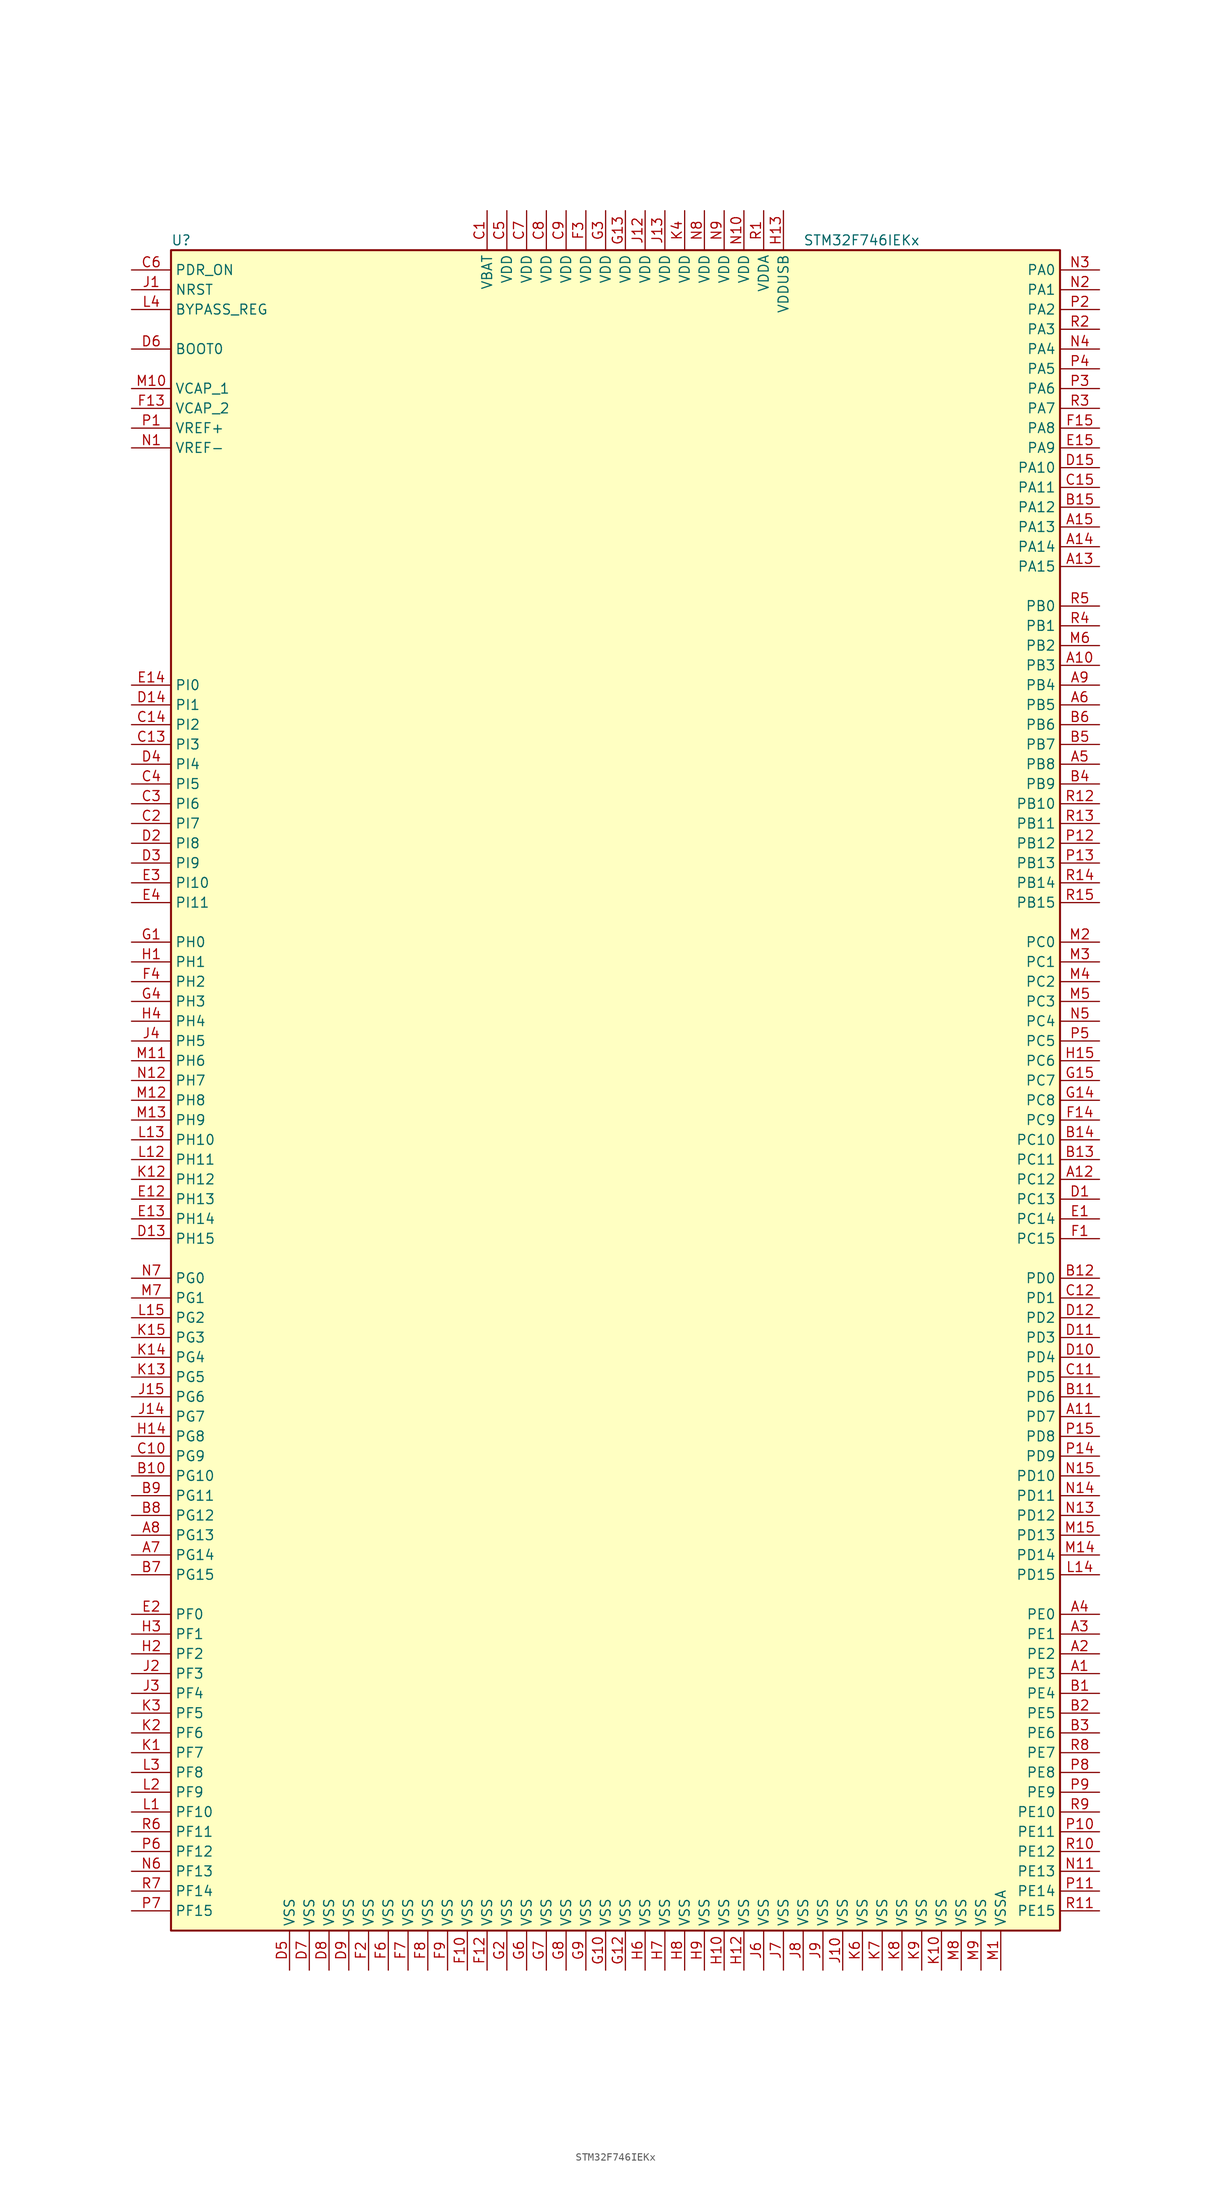
<source format=kicad_sym>
(kicad_symbol_lib
  (version 20201005)
  (generator kicad_symbol_editor)
  (symbol "STM32F746IEKx"
    (property "Reference" "U"
      (at -58.42 107.95 0)
      (effects (font (size 1.27 1.27)) (justify left)))
    (property "Value" "STM32F746IEKx"
      (at 22.86 107.95 0)
      (effects (font (size 1.27 1.27)) (justify left)))
    (symbol "STM32F746IEKx_0_1"
      (rectangle (start -58.42 -109.22) (end 55.88 106.68) (stroke (width 0.254)) (fill (type background))))
    (symbol "STM32F746IEKx_1_1"
      (pin input line (at -63.5 93.98 0) (length 5.08) (name "BOOT0" (effects (font (size 1.27 1.27)))) (number "D6" (effects (font (size 1.27 1.27)))))
      (pin input line (at -63.5 99.06 0) (length 5.08) (name "BYPASS_REG" (effects (font (size 1.27 1.27)))) (number "L4" (effects (font (size 1.27 1.27)))))
      (pin input line (at -63.5 101.6 0) (length 5.08) (name "NRST" (effects (font (size 1.27 1.27)))) (number "J1" (effects (font (size 1.27 1.27)))))
      (pin bidirectional line (at 60.96 104.14 180) (length 5.08) (name "PA0" (effects (font (size 1.27 1.27)))) (number "N3" (effects (font (size 1.27 1.27)))))
      (pin bidirectional line (at 60.96 101.6 180) (length 5.08) (name "PA1" (effects (font (size 1.27 1.27)))) (number "N2" (effects (font (size 1.27 1.27)))))
      (pin bidirectional line (at 60.96 78.74 180) (length 5.08) (name "PA10" (effects (font (size 1.27 1.27)))) (number "D15" (effects (font (size 1.27 1.27)))))
      (pin bidirectional line (at 60.96 76.2 180) (length 5.08) (name "PA11" (effects (font (size 1.27 1.27)))) (number "C15" (effects (font (size 1.27 1.27)))))
      (pin bidirectional line (at 60.96 73.66 180) (length 5.08) (name "PA12" (effects (font (size 1.27 1.27)))) (number "B15" (effects (font (size 1.27 1.27)))))
      (pin bidirectional line (at 60.96 71.12 180) (length 5.08) (name "PA13" (effects (font (size 1.27 1.27)))) (number "A15" (effects (font (size 1.27 1.27)))))
      (pin bidirectional line (at 60.96 68.58 180) (length 5.08) (name "PA14" (effects (font (size 1.27 1.27)))) (number "A14" (effects (font (size 1.27 1.27)))))
      (pin bidirectional line (at 60.96 66.04 180) (length 5.08) (name "PA15" (effects (font (size 1.27 1.27)))) (number "A13" (effects (font (size 1.27 1.27)))))
      (pin bidirectional line (at 60.96 99.06 180) (length 5.08) (name "PA2" (effects (font (size 1.27 1.27)))) (number "P2" (effects (font (size 1.27 1.27)))))
      (pin bidirectional line (at 60.96 96.52 180) (length 5.08) (name "PA3" (effects (font (size 1.27 1.27)))) (number "R2" (effects (font (size 1.27 1.27)))))
      (pin bidirectional line (at 60.96 93.98 180) (length 5.08) (name "PA4" (effects (font (size 1.27 1.27)))) (number "N4" (effects (font (size 1.27 1.27)))))
      (pin bidirectional line (at 60.96 91.44 180) (length 5.08) (name "PA5" (effects (font (size 1.27 1.27)))) (number "P4" (effects (font (size 1.27 1.27)))))
      (pin bidirectional line (at 60.96 88.9 180) (length 5.08) (name "PA6" (effects (font (size 1.27 1.27)))) (number "P3" (effects (font (size 1.27 1.27)))))
      (pin bidirectional line (at 60.96 86.36 180) (length 5.08) (name "PA7" (effects (font (size 1.27 1.27)))) (number "R3" (effects (font (size 1.27 1.27)))))
      (pin bidirectional line (at 60.96 83.82 180) (length 5.08) (name "PA8" (effects (font (size 1.27 1.27)))) (number "F15" (effects (font (size 1.27 1.27)))))
      (pin bidirectional line (at 60.96 81.28 180) (length 5.08) (name "PA9" (effects (font (size 1.27 1.27)))) (number "E15" (effects (font (size 1.27 1.27)))))
      (pin bidirectional line (at 60.96 60.96 180) (length 5.08) (name "PB0" (effects (font (size 1.27 1.27)))) (number "R5" (effects (font (size 1.27 1.27)))))
      (pin bidirectional line (at 60.96 58.42 180) (length 5.08) (name "PB1" (effects (font (size 1.27 1.27)))) (number "R4" (effects (font (size 1.27 1.27)))))
      (pin bidirectional line (at 60.96 35.56 180) (length 5.08) (name "PB10" (effects (font (size 1.27 1.27)))) (number "R12" (effects (font (size 1.27 1.27)))))
      (pin bidirectional line (at 60.96 33.02 180) (length 5.08) (name "PB11" (effects (font (size 1.27 1.27)))) (number "R13" (effects (font (size 1.27 1.27)))))
      (pin bidirectional line (at 60.96 30.48 180) (length 5.08) (name "PB12" (effects (font (size 1.27 1.27)))) (number "P12" (effects (font (size 1.27 1.27)))))
      (pin bidirectional line (at 60.96 27.94 180) (length 5.08) (name "PB13" (effects (font (size 1.27 1.27)))) (number "P13" (effects (font (size 1.27 1.27)))))
      (pin bidirectional line (at 60.96 25.4 180) (length 5.08) (name "PB14" (effects (font (size 1.27 1.27)))) (number "R14" (effects (font (size 1.27 1.27)))))
      (pin bidirectional line (at 60.96 22.86 180) (length 5.08) (name "PB15" (effects (font (size 1.27 1.27)))) (number "R15" (effects (font (size 1.27 1.27)))))
      (pin bidirectional line (at 60.96 55.88 180) (length 5.08) (name "PB2" (effects (font (size 1.27 1.27)))) (number "M6" (effects (font (size 1.27 1.27)))))
      (pin bidirectional line (at 60.96 53.34 180) (length 5.08) (name "PB3" (effects (font (size 1.27 1.27)))) (number "A10" (effects (font (size 1.27 1.27)))))
      (pin bidirectional line (at 60.96 50.8 180) (length 5.08) (name "PB4" (effects (font (size 1.27 1.27)))) (number "A9" (effects (font (size 1.27 1.27)))))
      (pin bidirectional line (at 60.96 48.26 180) (length 5.08) (name "PB5" (effects (font (size 1.27 1.27)))) (number "A6" (effects (font (size 1.27 1.27)))))
      (pin bidirectional line (at 60.96 45.72 180) (length 5.08) (name "PB6" (effects (font (size 1.27 1.27)))) (number "B6" (effects (font (size 1.27 1.27)))))
      (pin bidirectional line (at 60.96 43.18 180) (length 5.08) (name "PB7" (effects (font (size 1.27 1.27)))) (number "B5" (effects (font (size 1.27 1.27)))))
      (pin bidirectional line (at 60.96 40.64 180) (length 5.08) (name "PB8" (effects (font (size 1.27 1.27)))) (number "A5" (effects (font (size 1.27 1.27)))))
      (pin bidirectional line (at 60.96 38.1 180) (length 5.08) (name "PB9" (effects (font (size 1.27 1.27)))) (number "B4" (effects (font (size 1.27 1.27)))))
      (pin bidirectional line (at 60.96 17.78 180) (length 5.08) (name "PC0" (effects (font (size 1.27 1.27)))) (number "M2" (effects (font (size 1.27 1.27)))))
      (pin bidirectional line (at 60.96 15.24 180) (length 5.08) (name "PC1" (effects (font (size 1.27 1.27)))) (number "M3" (effects (font (size 1.27 1.27)))))
      (pin bidirectional line (at 60.96 -7.62 180) (length 5.08) (name "PC10" (effects (font (size 1.27 1.27)))) (number "B14" (effects (font (size 1.27 1.27)))))
      (pin bidirectional line (at 60.96 -10.16 180) (length 5.08) (name "PC11" (effects (font (size 1.27 1.27)))) (number "B13" (effects (font (size 1.27 1.27)))))
      (pin bidirectional line (at 60.96 -12.7 180) (length 5.08) (name "PC12" (effects (font (size 1.27 1.27)))) (number "A12" (effects (font (size 1.27 1.27)))))
      (pin bidirectional line (at 60.96 -15.24 180) (length 5.08) (name "PC13" (effects (font (size 1.27 1.27)))) (number "D1" (effects (font (size 1.27 1.27)))))
      (pin bidirectional line (at 60.96 -17.78 180) (length 5.08) (name "PC14" (effects (font (size 1.27 1.27)))) (number "E1" (effects (font (size 1.27 1.27)))))
      (pin bidirectional line (at 60.96 -20.32 180) (length 5.08) (name "PC15" (effects (font (size 1.27 1.27)))) (number "F1" (effects (font (size 1.27 1.27)))))
      (pin bidirectional line (at 60.96 12.7 180) (length 5.08) (name "PC2" (effects (font (size 1.27 1.27)))) (number "M4" (effects (font (size 1.27 1.27)))))
      (pin bidirectional line (at 60.96 10.16 180) (length 5.08) (name "PC3" (effects (font (size 1.27 1.27)))) (number "M5" (effects (font (size 1.27 1.27)))))
      (pin bidirectional line (at 60.96 7.62 180) (length 5.08) (name "PC4" (effects (font (size 1.27 1.27)))) (number "N5" (effects (font (size 1.27 1.27)))))
      (pin bidirectional line (at 60.96 5.08 180) (length 5.08) (name "PC5" (effects (font (size 1.27 1.27)))) (number "P5" (effects (font (size 1.27 1.27)))))
      (pin bidirectional line (at 60.96 2.54 180) (length 5.08) (name "PC6" (effects (font (size 1.27 1.27)))) (number "H15" (effects (font (size 1.27 1.27)))))
      (pin bidirectional line (at 60.96 0 180) (length 5.08) (name "PC7" (effects (font (size 1.27 1.27)))) (number "G15" (effects (font (size 1.27 1.27)))))
      (pin bidirectional line (at 60.96 -2.54 180) (length 5.08) (name "PC8" (effects (font (size 1.27 1.27)))) (number "G14" (effects (font (size 1.27 1.27)))))
      (pin bidirectional line (at 60.96 -5.08 180) (length 5.08) (name "PC9" (effects (font (size 1.27 1.27)))) (number "F14" (effects (font (size 1.27 1.27)))))
      (pin bidirectional line (at 60.96 -25.4 180) (length 5.08) (name "PD0" (effects (font (size 1.27 1.27)))) (number "B12" (effects (font (size 1.27 1.27)))))
      (pin bidirectional line (at 60.96 -27.94 180) (length 5.08) (name "PD1" (effects (font (size 1.27 1.27)))) (number "C12" (effects (font (size 1.27 1.27)))))
      (pin bidirectional line (at 60.96 -50.8 180) (length 5.08) (name "PD10" (effects (font (size 1.27 1.27)))) (number "N15" (effects (font (size 1.27 1.27)))))
      (pin bidirectional line (at 60.96 -53.34 180) (length 5.08) (name "PD11" (effects (font (size 1.27 1.27)))) (number "N14" (effects (font (size 1.27 1.27)))))
      (pin bidirectional line (at 60.96 -55.88 180) (length 5.08) (name "PD12" (effects (font (size 1.27 1.27)))) (number "N13" (effects (font (size 1.27 1.27)))))
      (pin bidirectional line (at 60.96 -58.42 180) (length 5.08) (name "PD13" (effects (font (size 1.27 1.27)))) (number "M15" (effects (font (size 1.27 1.27)))))
      (pin bidirectional line (at 60.96 -60.96 180) (length 5.08) (name "PD14" (effects (font (size 1.27 1.27)))) (number "M14" (effects (font (size 1.27 1.27)))))
      (pin bidirectional line (at 60.96 -63.5 180) (length 5.08) (name "PD15" (effects (font (size 1.27 1.27)))) (number "L14" (effects (font (size 1.27 1.27)))))
      (pin bidirectional line (at 60.96 -30.48 180) (length 5.08) (name "PD2" (effects (font (size 1.27 1.27)))) (number "D12" (effects (font (size 1.27 1.27)))))
      (pin bidirectional line (at 60.96 -33.02 180) (length 5.08) (name "PD3" (effects (font (size 1.27 1.27)))) (number "D11" (effects (font (size 1.27 1.27)))))
      (pin bidirectional line (at 60.96 -35.56 180) (length 5.08) (name "PD4" (effects (font (size 1.27 1.27)))) (number "D10" (effects (font (size 1.27 1.27)))))
      (pin bidirectional line (at 60.96 -38.1 180) (length 5.08) (name "PD5" (effects (font (size 1.27 1.27)))) (number "C11" (effects (font (size 1.27 1.27)))))
      (pin bidirectional line (at 60.96 -40.64 180) (length 5.08) (name "PD6" (effects (font (size 1.27 1.27)))) (number "B11" (effects (font (size 1.27 1.27)))))
      (pin bidirectional line (at 60.96 -43.18 180) (length 5.08) (name "PD7" (effects (font (size 1.27 1.27)))) (number "A11" (effects (font (size 1.27 1.27)))))
      (pin bidirectional line (at 60.96 -45.72 180) (length 5.08) (name "PD8" (effects (font (size 1.27 1.27)))) (number "P15" (effects (font (size 1.27 1.27)))))
      (pin bidirectional line (at 60.96 -48.26 180) (length 5.08) (name "PD9" (effects (font (size 1.27 1.27)))) (number "P14" (effects (font (size 1.27 1.27)))))
      (pin input line (at -63.5 104.14 0) (length 5.08) (name "PDR_ON" (effects (font (size 1.27 1.27)))) (number "C6" (effects (font (size 1.27 1.27)))))
      (pin bidirectional line (at 60.96 -68.58 180) (length 5.08) (name "PE0" (effects (font (size 1.27 1.27)))) (number "A4" (effects (font (size 1.27 1.27)))))
      (pin bidirectional line (at 60.96 -71.12 180) (length 5.08) (name "PE1" (effects (font (size 1.27 1.27)))) (number "A3" (effects (font (size 1.27 1.27)))))
      (pin bidirectional line (at 60.96 -93.98 180) (length 5.08) (name "PE10" (effects (font (size 1.27 1.27)))) (number "R9" (effects (font (size 1.27 1.27)))))
      (pin bidirectional line (at 60.96 -96.52 180) (length 5.08) (name "PE11" (effects (font (size 1.27 1.27)))) (number "P10" (effects (font (size 1.27 1.27)))))
      (pin bidirectional line (at 60.96 -99.06 180) (length 5.08) (name "PE12" (effects (font (size 1.27 1.27)))) (number "R10" (effects (font (size 1.27 1.27)))))
      (pin bidirectional line (at 60.96 -101.6 180) (length 5.08) (name "PE13" (effects (font (size 1.27 1.27)))) (number "N11" (effects (font (size 1.27 1.27)))))
      (pin bidirectional line (at 60.96 -104.14 180) (length 5.08) (name "PE14" (effects (font (size 1.27 1.27)))) (number "P11" (effects (font (size 1.27 1.27)))))
      (pin bidirectional line (at 60.96 -106.68 180) (length 5.08) (name "PE15" (effects (font (size 1.27 1.27)))) (number "R11" (effects (font (size 1.27 1.27)))))
      (pin bidirectional line (at 60.96 -73.66 180) (length 5.08) (name "PE2" (effects (font (size 1.27 1.27)))) (number "A2" (effects (font (size 1.27 1.27)))))
      (pin bidirectional line (at 60.96 -76.2 180) (length 5.08) (name "PE3" (effects (font (size 1.27 1.27)))) (number "A1" (effects (font (size 1.27 1.27)))))
      (pin bidirectional line (at 60.96 -78.74 180) (length 5.08) (name "PE4" (effects (font (size 1.27 1.27)))) (number "B1" (effects (font (size 1.27 1.27)))))
      (pin bidirectional line (at 60.96 -81.28 180) (length 5.08) (name "PE5" (effects (font (size 1.27 1.27)))) (number "B2" (effects (font (size 1.27 1.27)))))
      (pin bidirectional line (at 60.96 -83.82 180) (length 5.08) (name "PE6" (effects (font (size 1.27 1.27)))) (number "B3" (effects (font (size 1.27 1.27)))))
      (pin bidirectional line (at 60.96 -86.36 180) (length 5.08) (name "PE7" (effects (font (size 1.27 1.27)))) (number "R8" (effects (font (size 1.27 1.27)))))
      (pin bidirectional line (at 60.96 -88.9 180) (length 5.08) (name "PE8" (effects (font (size 1.27 1.27)))) (number "P8" (effects (font (size 1.27 1.27)))))
      (pin bidirectional line (at 60.96 -91.44 180) (length 5.08) (name "PE9" (effects (font (size 1.27 1.27)))) (number "P9" (effects (font (size 1.27 1.27)))))
      (pin bidirectional line (at -63.5 -68.58 0) (length 5.08) (name "PF0" (effects (font (size 1.27 1.27)))) (number "E2" (effects (font (size 1.27 1.27)))))
      (pin bidirectional line (at -63.5 -71.12 0) (length 5.08) (name "PF1" (effects (font (size 1.27 1.27)))) (number "H3" (effects (font (size 1.27 1.27)))))
      (pin bidirectional line (at -63.5 -93.98 0) (length 5.08) (name "PF10" (effects (font (size 1.27 1.27)))) (number "L1" (effects (font (size 1.27 1.27)))))
      (pin bidirectional line (at -63.5 -96.52 0) (length 5.08) (name "PF11" (effects (font (size 1.27 1.27)))) (number "R6" (effects (font (size 1.27 1.27)))))
      (pin bidirectional line (at -63.5 -99.06 0) (length 5.08) (name "PF12" (effects (font (size 1.27 1.27)))) (number "P6" (effects (font (size 1.27 1.27)))))
      (pin bidirectional line (at -63.5 -101.6 0) (length 5.08) (name "PF13" (effects (font (size 1.27 1.27)))) (number "N6" (effects (font (size 1.27 1.27)))))
      (pin bidirectional line (at -63.5 -104.14 0) (length 5.08) (name "PF14" (effects (font (size 1.27 1.27)))) (number "R7" (effects (font (size 1.27 1.27)))))
      (pin bidirectional line (at -63.5 -106.68 0) (length 5.08) (name "PF15" (effects (font (size 1.27 1.27)))) (number "P7" (effects (font (size 1.27 1.27)))))
      (pin bidirectional line (at -63.5 -73.66 0) (length 5.08) (name "PF2" (effects (font (size 1.27 1.27)))) (number "H2" (effects (font (size 1.27 1.27)))))
      (pin bidirectional line (at -63.5 -76.2 0) (length 5.08) (name "PF3" (effects (font (size 1.27 1.27)))) (number "J2" (effects (font (size 1.27 1.27)))))
      (pin bidirectional line (at -63.5 -78.74 0) (length 5.08) (name "PF4" (effects (font (size 1.27 1.27)))) (number "J3" (effects (font (size 1.27 1.27)))))
      (pin bidirectional line (at -63.5 -81.28 0) (length 5.08) (name "PF5" (effects (font (size 1.27 1.27)))) (number "K3" (effects (font (size 1.27 1.27)))))
      (pin bidirectional line (at -63.5 -83.82 0) (length 5.08) (name "PF6" (effects (font (size 1.27 1.27)))) (number "K2" (effects (font (size 1.27 1.27)))))
      (pin bidirectional line (at -63.5 -86.36 0) (length 5.08) (name "PF7" (effects (font (size 1.27 1.27)))) (number "K1" (effects (font (size 1.27 1.27)))))
      (pin bidirectional line (at -63.5 -88.9 0) (length 5.08) (name "PF8" (effects (font (size 1.27 1.27)))) (number "L3" (effects (font (size 1.27 1.27)))))
      (pin bidirectional line (at -63.5 -91.44 0) (length 5.08) (name "PF9" (effects (font (size 1.27 1.27)))) (number "L2" (effects (font (size 1.27 1.27)))))
      (pin bidirectional line (at -63.5 -25.4 0) (length 5.08) (name "PG0" (effects (font (size 1.27 1.27)))) (number "N7" (effects (font (size 1.27 1.27)))))
      (pin bidirectional line (at -63.5 -27.94 0) (length 5.08) (name "PG1" (effects (font (size 1.27 1.27)))) (number "M7" (effects (font (size 1.27 1.27)))))
      (pin bidirectional line (at -63.5 -50.8 0) (length 5.08) (name "PG10" (effects (font (size 1.27 1.27)))) (number "B10" (effects (font (size 1.27 1.27)))))
      (pin bidirectional line (at -63.5 -53.34 0) (length 5.08) (name "PG11" (effects (font (size 1.27 1.27)))) (number "B9" (effects (font (size 1.27 1.27)))))
      (pin bidirectional line (at -63.5 -55.88 0) (length 5.08) (name "PG12" (effects (font (size 1.27 1.27)))) (number "B8" (effects (font (size 1.27 1.27)))))
      (pin bidirectional line (at -63.5 -58.42 0) (length 5.08) (name "PG13" (effects (font (size 1.27 1.27)))) (number "A8" (effects (font (size 1.27 1.27)))))
      (pin bidirectional line (at -63.5 -60.96 0) (length 5.08) (name "PG14" (effects (font (size 1.27 1.27)))) (number "A7" (effects (font (size 1.27 1.27)))))
      (pin bidirectional line (at -63.5 -63.5 0) (length 5.08) (name "PG15" (effects (font (size 1.27 1.27)))) (number "B7" (effects (font (size 1.27 1.27)))))
      (pin bidirectional line (at -63.5 -30.48 0) (length 5.08) (name "PG2" (effects (font (size 1.27 1.27)))) (number "L15" (effects (font (size 1.27 1.27)))))
      (pin bidirectional line (at -63.5 -33.02 0) (length 5.08) (name "PG3" (effects (font (size 1.27 1.27)))) (number "K15" (effects (font (size 1.27 1.27)))))
      (pin bidirectional line (at -63.5 -35.56 0) (length 5.08) (name "PG4" (effects (font (size 1.27 1.27)))) (number "K14" (effects (font (size 1.27 1.27)))))
      (pin bidirectional line (at -63.5 -38.1 0) (length 5.08) (name "PG5" (effects (font (size 1.27 1.27)))) (number "K13" (effects (font (size 1.27 1.27)))))
      (pin bidirectional line (at -63.5 -40.64 0) (length 5.08) (name "PG6" (effects (font (size 1.27 1.27)))) (number "J15" (effects (font (size 1.27 1.27)))))
      (pin bidirectional line (at -63.5 -43.18 0) (length 5.08) (name "PG7" (effects (font (size 1.27 1.27)))) (number "J14" (effects (font (size 1.27 1.27)))))
      (pin bidirectional line (at -63.5 -45.72 0) (length 5.08) (name "PG8" (effects (font (size 1.27 1.27)))) (number "H14" (effects (font (size 1.27 1.27)))))
      (pin bidirectional line (at -63.5 -48.26 0) (length 5.08) (name "PG9" (effects (font (size 1.27 1.27)))) (number "C10" (effects (font (size 1.27 1.27)))))
      (pin input line (at -63.5 17.78 0) (length 5.08) (name "PH0" (effects (font (size 1.27 1.27)))) (number "G1" (effects (font (size 1.27 1.27)))))
      (pin input line (at -63.5 15.24 0) (length 5.08) (name "PH1" (effects (font (size 1.27 1.27)))) (number "H1" (effects (font (size 1.27 1.27)))))
      (pin bidirectional line (at -63.5 -7.62 0) (length 5.08) (name "PH10" (effects (font (size 1.27 1.27)))) (number "L13" (effects (font (size 1.27 1.27)))))
      (pin bidirectional line (at -63.5 -10.16 0) (length 5.08) (name "PH11" (effects (font (size 1.27 1.27)))) (number "L12" (effects (font (size 1.27 1.27)))))
      (pin bidirectional line (at -63.5 -12.7 0) (length 5.08) (name "PH12" (effects (font (size 1.27 1.27)))) (number "K12" (effects (font (size 1.27 1.27)))))
      (pin bidirectional line (at -63.5 -15.24 0) (length 5.08) (name "PH13" (effects (font (size 1.27 1.27)))) (number "E12" (effects (font (size 1.27 1.27)))))
      (pin bidirectional line (at -63.5 -17.78 0) (length 5.08) (name "PH14" (effects (font (size 1.27 1.27)))) (number "E13" (effects (font (size 1.27 1.27)))))
      (pin bidirectional line (at -63.5 -20.32 0) (length 5.08) (name "PH15" (effects (font (size 1.27 1.27)))) (number "D13" (effects (font (size 1.27 1.27)))))
      (pin bidirectional line (at -63.5 12.7 0) (length 5.08) (name "PH2" (effects (font (size 1.27 1.27)))) (number "F4" (effects (font (size 1.27 1.27)))))
      (pin bidirectional line (at -63.5 10.16 0) (length 5.08) (name "PH3" (effects (font (size 1.27 1.27)))) (number "G4" (effects (font (size 1.27 1.27)))))
      (pin bidirectional line (at -63.5 7.62 0) (length 5.08) (name "PH4" (effects (font (size 1.27 1.27)))) (number "H4" (effects (font (size 1.27 1.27)))))
      (pin bidirectional line (at -63.5 5.08 0) (length 5.08) (name "PH5" (effects (font (size 1.27 1.27)))) (number "J4" (effects (font (size 1.27 1.27)))))
      (pin bidirectional line (at -63.5 2.54 0) (length 5.08) (name "PH6" (effects (font (size 1.27 1.27)))) (number "M11" (effects (font (size 1.27 1.27)))))
      (pin bidirectional line (at -63.5 0 0) (length 5.08) (name "PH7" (effects (font (size 1.27 1.27)))) (number "N12" (effects (font (size 1.27 1.27)))))
      (pin bidirectional line (at -63.5 -2.54 0) (length 5.08) (name "PH8" (effects (font (size 1.27 1.27)))) (number "M12" (effects (font (size 1.27 1.27)))))
      (pin bidirectional line (at -63.5 -5.08 0) (length 5.08) (name "PH9" (effects (font (size 1.27 1.27)))) (number "M13" (effects (font (size 1.27 1.27)))))
      (pin bidirectional line (at -63.5 50.8 0) (length 5.08) (name "PI0" (effects (font (size 1.27 1.27)))) (number "E14" (effects (font (size 1.27 1.27)))))
      (pin bidirectional line (at -63.5 48.26 0) (length 5.08) (name "PI1" (effects (font (size 1.27 1.27)))) (number "D14" (effects (font (size 1.27 1.27)))))
      (pin bidirectional line (at -63.5 25.4 0) (length 5.08) (name "PI10" (effects (font (size 1.27 1.27)))) (number "E3" (effects (font (size 1.27 1.27)))))
      (pin bidirectional line (at -63.5 22.86 0) (length 5.08) (name "PI11" (effects (font (size 1.27 1.27)))) (number "E4" (effects (font (size 1.27 1.27)))))
      (pin bidirectional line (at -63.5 45.72 0) (length 5.08) (name "PI2" (effects (font (size 1.27 1.27)))) (number "C14" (effects (font (size 1.27 1.27)))))
      (pin bidirectional line (at -63.5 43.18 0) (length 5.08) (name "PI3" (effects (font (size 1.27 1.27)))) (number "C13" (effects (font (size 1.27 1.27)))))
      (pin bidirectional line (at -63.5 40.64 0) (length 5.08) (name "PI4" (effects (font (size 1.27 1.27)))) (number "D4" (effects (font (size 1.27 1.27)))))
      (pin bidirectional line (at -63.5 38.1 0) (length 5.08) (name "PI5" (effects (font (size 1.27 1.27)))) (number "C4" (effects (font (size 1.27 1.27)))))
      (pin bidirectional line (at -63.5 35.56 0) (length 5.08) (name "PI6" (effects (font (size 1.27 1.27)))) (number "C3" (effects (font (size 1.27 1.27)))))
      (pin bidirectional line (at -63.5 33.02 0) (length 5.08) (name "PI7" (effects (font (size 1.27 1.27)))) (number "C2" (effects (font (size 1.27 1.27)))))
      (pin bidirectional line (at -63.5 30.48 0) (length 5.08) (name "PI8" (effects (font (size 1.27 1.27)))) (number "D2" (effects (font (size 1.27 1.27)))))
      (pin bidirectional line (at -63.5 27.94 0) (length 5.08) (name "PI9" (effects (font (size 1.27 1.27)))) (number "D3" (effects (font (size 1.27 1.27)))))
      (pin power_in line (at -17.78 111.76 270) (length 5.08) (name "VBAT" (effects (font (size 1.27 1.27)))) (number "C1" (effects (font (size 1.27 1.27)))))
      (pin power_in line (at -63.5 88.9 0) (length 5.08) (name "VCAP_1" (effects (font (size 1.27 1.27)))) (number "M10" (effects (font (size 1.27 1.27)))))
      (pin power_in line (at -63.5 86.36 0) (length 5.08) (name "VCAP_2" (effects (font (size 1.27 1.27)))) (number "F13" (effects (font (size 1.27 1.27)))))
      (pin power_in line (at -15.24 111.76 270) (length 5.08) (name "VDD" (effects (font (size 1.27 1.27)))) (number "C5" (effects (font (size 1.27 1.27)))))
      (pin power_in line (at -12.7 111.76 270) (length 5.08) (name "VDD" (effects (font (size 1.27 1.27)))) (number "C7" (effects (font (size 1.27 1.27)))))
      (pin power_in line (at -10.16 111.76 270) (length 5.08) (name "VDD" (effects (font (size 1.27 1.27)))) (number "C8" (effects (font (size 1.27 1.27)))))
      (pin power_in line (at -7.62 111.76 270) (length 5.08) (name "VDD" (effects (font (size 1.27 1.27)))) (number "C9" (effects (font (size 1.27 1.27)))))
      (pin power_in line (at -5.08 111.76 270) (length 5.08) (name "VDD" (effects (font (size 1.27 1.27)))) (number "F3" (effects (font (size 1.27 1.27)))))
      (pin power_in line (at 0 111.76 270) (length 5.08) (name "VDD" (effects (font (size 1.27 1.27)))) (number "G13" (effects (font (size 1.27 1.27)))))
      (pin power_in line (at -2.54 111.76 270) (length 5.08) (name "VDD" (effects (font (size 1.27 1.27)))) (number "G3" (effects (font (size 1.27 1.27)))))
      (pin power_in line (at 2.54 111.76 270) (length 5.08) (name "VDD" (effects (font (size 1.27 1.27)))) (number "J12" (effects (font (size 1.27 1.27)))))
      (pin power_in line (at 5.08 111.76 270) (length 5.08) (name "VDD" (effects (font (size 1.27 1.27)))) (number "J13" (effects (font (size 1.27 1.27)))))
      (pin power_in line (at 7.62 111.76 270) (length 5.08) (name "VDD" (effects (font (size 1.27 1.27)))) (number "K4" (effects (font (size 1.27 1.27)))))
      (pin power_in line (at 15.24 111.76 270) (length 5.08) (name "VDD" (effects (font (size 1.27 1.27)))) (number "N10" (effects (font (size 1.27 1.27)))))
      (pin power_in line (at 10.16 111.76 270) (length 5.08) (name "VDD" (effects (font (size 1.27 1.27)))) (number "N8" (effects (font (size 1.27 1.27)))))
      (pin power_in line (at 12.7 111.76 270) (length 5.08) (name "VDD" (effects (font (size 1.27 1.27)))) (number "N9" (effects (font (size 1.27 1.27)))))
      (pin power_in line (at 17.78 111.76 270) (length 5.08) (name "VDDA" (effects (font (size 1.27 1.27)))) (number "R1" (effects (font (size 1.27 1.27)))))
      (pin power_in line (at 20.32 111.76 270) (length 5.08) (name "VDDUSB" (effects (font (size 1.27 1.27)))) (number "H13" (effects (font (size 1.27 1.27)))))
      (pin power_in line (at -63.5 83.82 0) (length 5.08) (name "VREF+" (effects (font (size 1.27 1.27)))) (number "P1" (effects (font (size 1.27 1.27)))))
      (pin power_in line (at -63.5 81.28 0) (length 5.08) (name "VREF-" (effects (font (size 1.27 1.27)))) (number "N1" (effects (font (size 1.27 1.27)))))
      (pin power_in line (at -43.18 -114.3 90) (length 5.08) (name "VSS" (effects (font (size 1.27 1.27)))) (number "D5" (effects (font (size 1.27 1.27)))))
      (pin power_in line (at -40.64 -114.3 90) (length 5.08) (name "VSS" (effects (font (size 1.27 1.27)))) (number "D7" (effects (font (size 1.27 1.27)))))
      (pin power_in line (at -38.1 -114.3 90) (length 5.08) (name "VSS" (effects (font (size 1.27 1.27)))) (number "D8" (effects (font (size 1.27 1.27)))))
      (pin power_in line (at -35.56 -114.3 90) (length 5.08) (name "VSS" (effects (font (size 1.27 1.27)))) (number "D9" (effects (font (size 1.27 1.27)))))
      (pin power_in line (at -20.32 -114.3 90) (length 5.08) (name "VSS" (effects (font (size 1.27 1.27)))) (number "F10" (effects (font (size 1.27 1.27)))))
      (pin power_in line (at -17.78 -114.3 90) (length 5.08) (name "VSS" (effects (font (size 1.27 1.27)))) (number "F12" (effects (font (size 1.27 1.27)))))
      (pin power_in line (at -33.02 -114.3 90) (length 5.08) (name "VSS" (effects (font (size 1.27 1.27)))) (number "F2" (effects (font (size 1.27 1.27)))))
      (pin power_in line (at -30.48 -114.3 90) (length 5.08) (name "VSS" (effects (font (size 1.27 1.27)))) (number "F6" (effects (font (size 1.27 1.27)))))
      (pin power_in line (at -27.94 -114.3 90) (length 5.08) (name "VSS" (effects (font (size 1.27 1.27)))) (number "F7" (effects (font (size 1.27 1.27)))))
      (pin power_in line (at -25.4 -114.3 90) (length 5.08) (name "VSS" (effects (font (size 1.27 1.27)))) (number "F8" (effects (font (size 1.27 1.27)))))
      (pin power_in line (at -22.86 -114.3 90) (length 5.08) (name "VSS" (effects (font (size 1.27 1.27)))) (number "F9" (effects (font (size 1.27 1.27)))))
      (pin power_in line (at -2.54 -114.3 90) (length 5.08) (name "VSS" (effects (font (size 1.27 1.27)))) (number "G10" (effects (font (size 1.27 1.27)))))
      (pin power_in line (at 0 -114.3 90) (length 5.08) (name "VSS" (effects (font (size 1.27 1.27)))) (number "G12" (effects (font (size 1.27 1.27)))))
      (pin power_in line (at -15.24 -114.3 90) (length 5.08) (name "VSS" (effects (font (size 1.27 1.27)))) (number "G2" (effects (font (size 1.27 1.27)))))
      (pin power_in line (at -12.7 -114.3 90) (length 5.08) (name "VSS" (effects (font (size 1.27 1.27)))) (number "G6" (effects (font (size 1.27 1.27)))))
      (pin power_in line (at -10.16 -114.3 90) (length 5.08) (name "VSS" (effects (font (size 1.27 1.27)))) (number "G7" (effects (font (size 1.27 1.27)))))
      (pin power_in line (at -7.62 -114.3 90) (length 5.08) (name "VSS" (effects (font (size 1.27 1.27)))) (number "G8" (effects (font (size 1.27 1.27)))))
      (pin power_in line (at -5.08 -114.3 90) (length 5.08) (name "VSS" (effects (font (size 1.27 1.27)))) (number "G9" (effects (font (size 1.27 1.27)))))
      (pin power_in line (at 12.7 -114.3 90) (length 5.08) (name "VSS" (effects (font (size 1.27 1.27)))) (number "H10" (effects (font (size 1.27 1.27)))))
      (pin power_in line (at 15.24 -114.3 90) (length 5.08) (name "VSS" (effects (font (size 1.27 1.27)))) (number "H12" (effects (font (size 1.27 1.27)))))
      (pin power_in line (at 2.54 -114.3 90) (length 5.08) (name "VSS" (effects (font (size 1.27 1.27)))) (number "H6" (effects (font (size 1.27 1.27)))))
      (pin power_in line (at 5.08 -114.3 90) (length 5.08) (name "VSS" (effects (font (size 1.27 1.27)))) (number "H7" (effects (font (size 1.27 1.27)))))
      (pin power_in line (at 7.62 -114.3 90) (length 5.08) (name "VSS" (effects (font (size 1.27 1.27)))) (number "H8" (effects (font (size 1.27 1.27)))))
      (pin power_in line (at 10.16 -114.3 90) (length 5.08) (name "VSS" (effects (font (size 1.27 1.27)))) (number "H9" (effects (font (size 1.27 1.27)))))
      (pin power_in line (at 27.94 -114.3 90) (length 5.08) (name "VSS" (effects (font (size 1.27 1.27)))) (number "J10" (effects (font (size 1.27 1.27)))))
      (pin power_in line (at 17.78 -114.3 90) (length 5.08) (name "VSS" (effects (font (size 1.27 1.27)))) (number "J6" (effects (font (size 1.27 1.27)))))
      (pin power_in line (at 20.32 -114.3 90) (length 5.08) (name "VSS" (effects (font (size 1.27 1.27)))) (number "J7" (effects (font (size 1.27 1.27)))))
      (pin power_in line (at 22.86 -114.3 90) (length 5.08) (name "VSS" (effects (font (size 1.27 1.27)))) (number "J8" (effects (font (size 1.27 1.27)))))
      (pin power_in line (at 25.4 -114.3 90) (length 5.08) (name "VSS" (effects (font (size 1.27 1.27)))) (number "J9" (effects (font (size 1.27 1.27)))))
      (pin power_in line (at 40.64 -114.3 90) (length 5.08) (name "VSS" (effects (font (size 1.27 1.27)))) (number "K10" (effects (font (size 1.27 1.27)))))
      (pin power_in line (at 30.48 -114.3 90) (length 5.08) (name "VSS" (effects (font (size 1.27 1.27)))) (number "K6" (effects (font (size 1.27 1.27)))))
      (pin power_in line (at 33.02 -114.3 90) (length 5.08) (name "VSS" (effects (font (size 1.27 1.27)))) (number "K7" (effects (font (size 1.27 1.27)))))
      (pin power_in line (at 35.56 -114.3 90) (length 5.08) (name "VSS" (effects (font (size 1.27 1.27)))) (number "K8" (effects (font (size 1.27 1.27)))))
      (pin power_in line (at 38.1 -114.3 90) (length 5.08) (name "VSS" (effects (font (size 1.27 1.27)))) (number "K9" (effects (font (size 1.27 1.27)))))
      (pin power_in line (at 43.18 -114.3 90) (length 5.08) (name "VSS" (effects (font (size 1.27 1.27)))) (number "M8" (effects (font (size 1.27 1.27)))))
      (pin power_in line (at 45.72 -114.3 90) (length 5.08) (name "VSS" (effects (font (size 1.27 1.27)))) (number "M9" (effects (font (size 1.27 1.27)))))
      (pin power_in line (at 48.26 -114.3 90) (length 5.08) (name "VSSA" (effects (font (size 1.27 1.27)))) (number "M1" (effects (font (size 1.27 1.27))))))))
</source>
